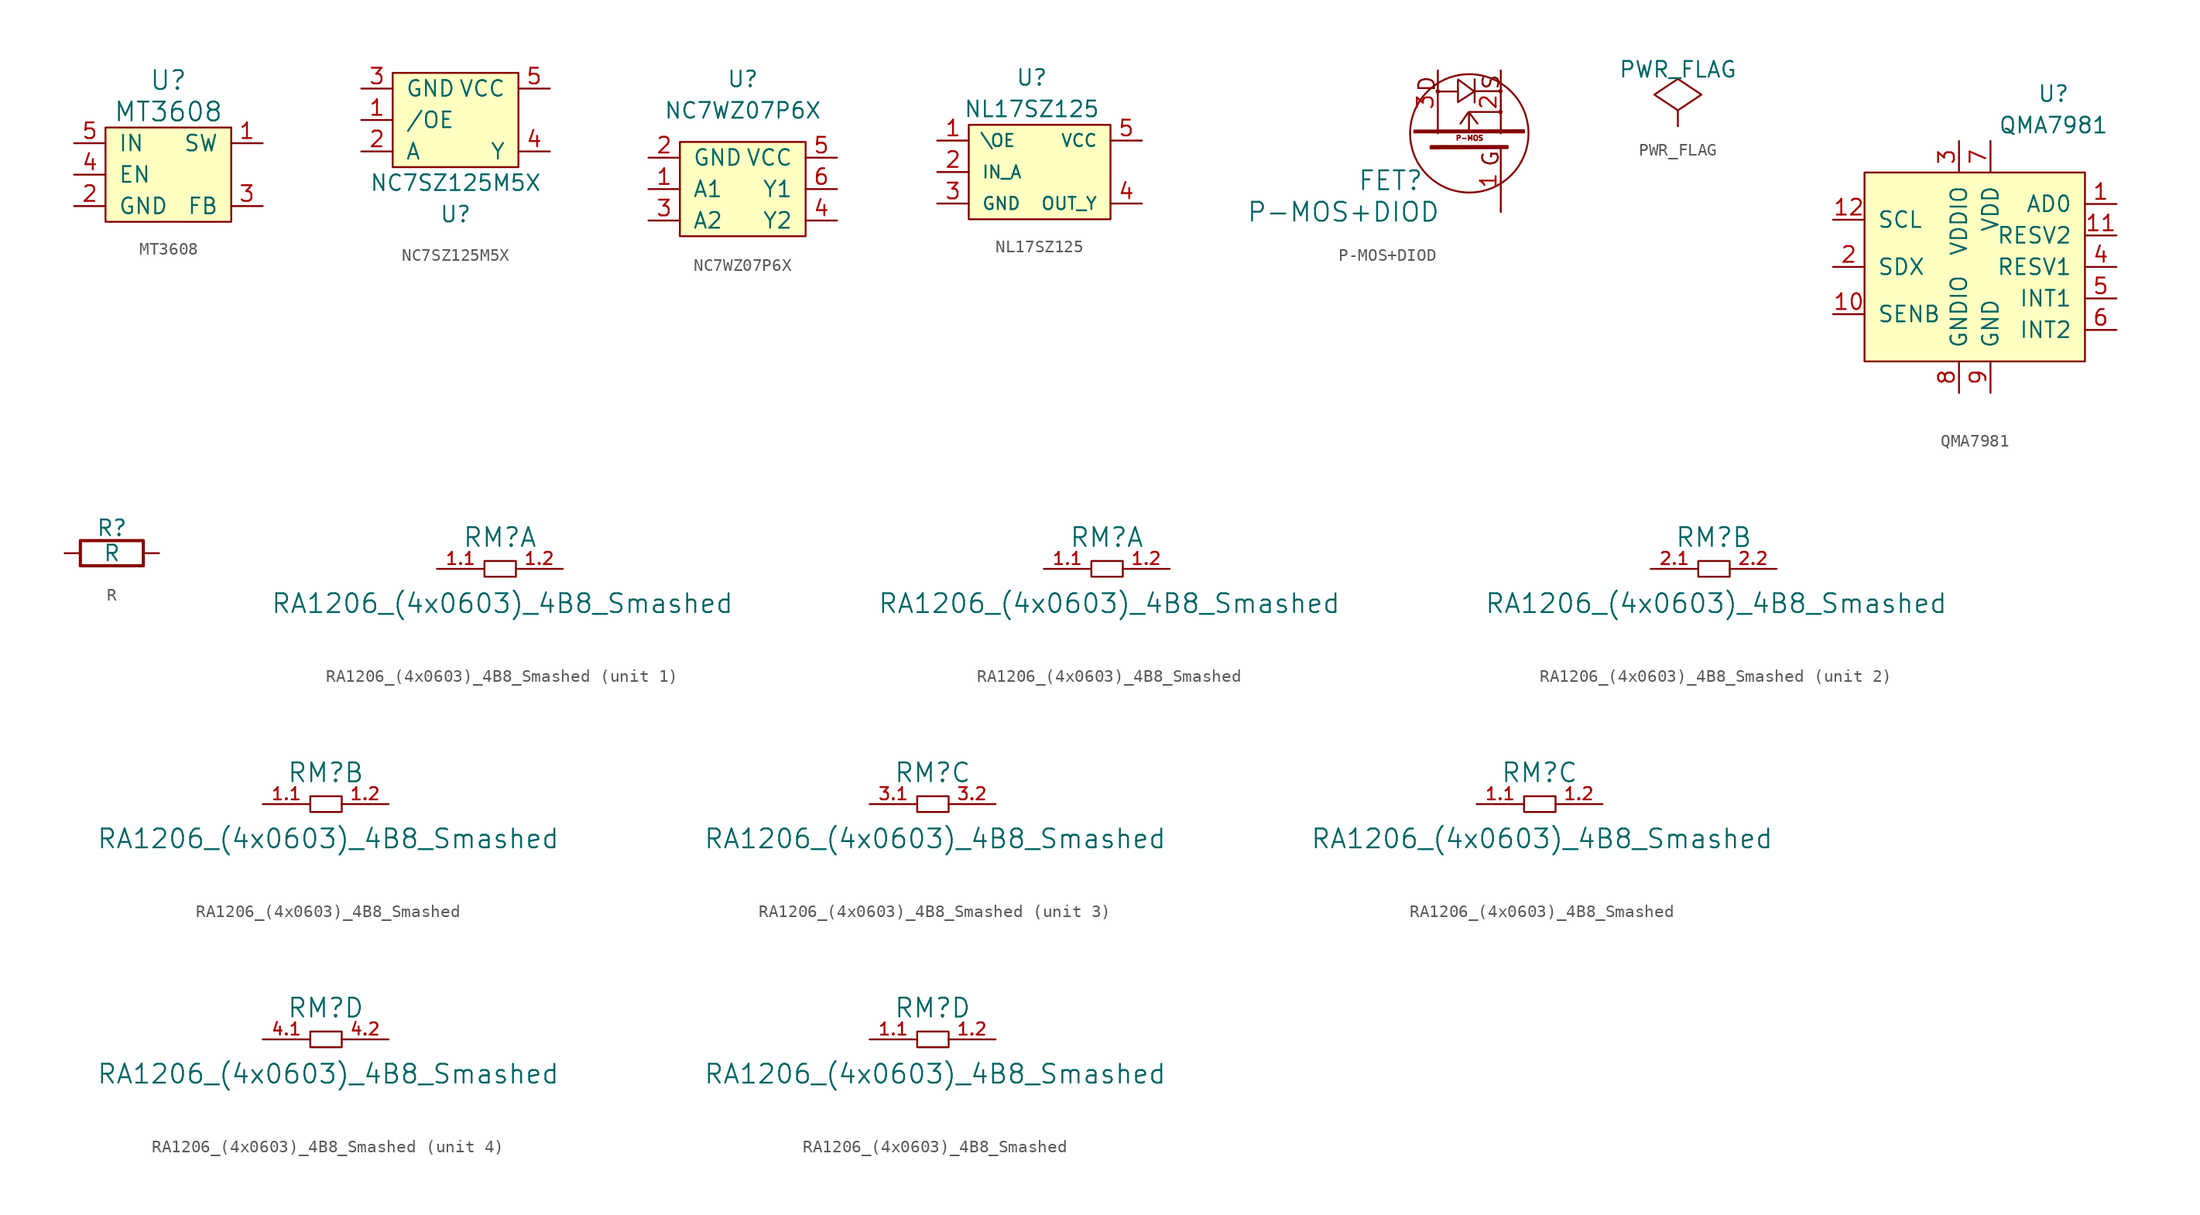
<source format=kicad_sym>
(kicad_symbol_lib
  (version 20211014)
  (generator kicad_symbol_editor)
  (symbol "MT3608"
    (pin_names
      (offset 1.016))
    (property "Reference" "U"
      (at 0 7.62 0)
      (effects (font (size 1.524 1.524))))
    (property "Value" "MT3608"
      (at 0 5.08 0)
      (effects (font (size 1.524 1.524))))
    (symbol "MT3608_0_1"
      (rectangle (start -5.08 3.81) (end 5.08 -3.81) (stroke (width 0) (type default) (color 0 0 0 0)) (fill (type background))))
    (symbol "MT3608_1_1"
      (pin input line (at 7.62 2.54 180) (length 2.54) (name "SW" (effects (font (size 1.27 1.27)))) (number "1" (effects (font (size 1.27 1.27)))))
      (pin input line (at -7.62 -2.54 0) (length 2.54) (name "GND" (effects (font (size 1.27 1.27)))) (number "2" (effects (font (size 1.27 1.27)))))
      (pin input line (at 7.62 -2.54 180) (length 2.54) (name "FB" (effects (font (size 1.27 1.27)))) (number "3" (effects (font (size 1.27 1.27)))))
      (pin input line (at -7.62 0 0) (length 2.54) (name "EN" (effects (font (size 1.27 1.27)))) (number "4" (effects (font (size 1.27 1.27)))))
      (pin input line (at -7.62 2.54 0) (length 2.54) (name "IN" (effects (font (size 1.27 1.27)))) (number "5" (effects (font (size 1.27 1.27)))))
      (pin input line (at 7.62 0 180) (length 2.54) hide (name "NC" (effects (font (size 1.27 1.27)))) (number "6" (effects (font (size 1.27 1.27)))))))
  (symbol "NC7SZ125M5X"
    (pin_names
      (offset 1.016))
    (property "Reference" "U"
      (at 0 -7.62 0)
      (effects (font (size 1.27 1.27))))
    (property "Value" "NC7SZ125M5X"
      (at 0 -5.08 0)
      (effects (font (size 1.27 1.27))))
    (symbol "NC7SZ125M5X_0_1"
      (rectangle (start -5.08 3.81) (end 5.08 -3.81) (stroke (width 0) (type default) (color 0 0 0 0)) (fill (type background))))
    (symbol "NC7SZ125M5X_1_1"
      (pin input line (at -7.62 0 0) (length 2.54) (name "/OE" (effects (font (size 1.27 1.27)))) (number "1" (effects (font (size 1.27 1.27)))))
      (pin input line (at -7.62 -2.54 0) (length 2.54) (name "A" (effects (font (size 1.27 1.27)))) (number "2" (effects (font (size 1.27 1.27)))))
      (pin input line (at -7.62 2.54 0) (length 2.54) (name "GND" (effects (font (size 1.27 1.27)))) (number "3" (effects (font (size 1.27 1.27)))))
      (pin input line (at 7.62 -2.54 180) (length 2.54) (name "Y" (effects (font (size 1.27 1.27)))) (number "4" (effects (font (size 1.27 1.27)))))
      (pin input line (at 7.62 2.54 180) (length 2.54) (name "VCC" (effects (font (size 1.27 1.27)))) (number "5" (effects (font (size 1.27 1.27)))))))
  (symbol "NC7WZ07P6X"
    (pin_names
      (offset 1.016))
    (property "Reference" "U"
      (at 0 8.89 0)
      (effects (font (size 1.27 1.27))))
    (property "Value" "NC7WZ07P6X"
      (at 0 6.35 0)
      (effects (font (size 1.27 1.27))))
    (symbol "NC7WZ07P6X_0_1"
      (rectangle (start -5.08 3.81) (end 5.08 -3.81) (stroke (width 0) (type default) (color 0 0 0 0)) (fill (type background))))
    (symbol "NC7WZ07P6X_1_1"
      (pin input line (at -7.62 0 0) (length 2.54) (name "A1" (effects (font (size 1.27 1.27)))) (number "1" (effects (font (size 1.27 1.27)))))
      (pin input line (at -7.62 2.54 0) (length 2.54) (name "GND" (effects (font (size 1.27 1.27)))) (number "2" (effects (font (size 1.27 1.27)))))
      (pin input line (at -7.62 -2.54 0) (length 2.54) (name "A2" (effects (font (size 1.27 1.27)))) (number "3" (effects (font (size 1.27 1.27)))))
      (pin input line (at 7.62 -2.54 180) (length 2.54) (name "Y2" (effects (font (size 1.27 1.27)))) (number "4" (effects (font (size 1.27 1.27)))))
      (pin input line (at 7.62 2.54 180) (length 2.54) (name "VCC" (effects (font (size 1.27 1.27)))) (number "5" (effects (font (size 1.27 1.27)))))
      (pin input line (at 7.62 0 180) (length 2.54) (name "Y1" (effects (font (size 1.27 1.27)))) (number "6" (effects (font (size 1.27 1.27)))))))
  (symbol "NL17SZ125"
    (pin_names
      (offset 1.016))
    (property "Reference" "U"
      (at 0 7.62 0)
      (effects (font (size 1.27 1.27))))
    (property "Value" "NL17SZ125"
      (at 0 5.08 0)
      (effects (font (size 1.27 1.27))))
    (symbol "NL17SZ125_0_1"
      (rectangle (start -5.08 3.81) (end 6.35 -3.81) (stroke (width 0) (type default) (color 0 0 0 0)) (fill (type background))))
    (symbol "NL17SZ125_1_1"
      (pin input line (at -7.62 2.54 0) (length 2.54) (name "\\OE" (effects (font (size 0.991 0.991)))) (number "1" (effects (font (size 1.27 1.27)))))
      (pin input line (at -7.62 0 0) (length 2.54) (name "IN_A" (effects (font (size 0.991 0.991)))) (number "2" (effects (font (size 1.27 1.27)))))
      (pin input line (at -7.62 -2.54 0) (length 2.54) (name "GND" (effects (font (size 0.991 0.991)))) (number "3" (effects (font (size 1.27 1.27)))))
      (pin input line (at 8.89 -2.54 180) (length 2.54) (name "OUT_Y" (effects (font (size 0.991 0.991)))) (number "4" (effects (font (size 1.27 1.27)))))
      (pin input line (at 8.89 2.54 180) (length 2.54) (name "VCC" (effects (font (size 0.991 0.991)))) (number "5" (effects (font (size 1.27 1.27)))))))
  (symbol "P-MOS+DIOD"
    (pin_names
      (offset 1.016))
    (property "Reference" "FET"
      (at -6.35 -3.81 0)
      (effects (font (size 1.524 1.524))))
    (property "Value" "P-MOS+DIOD"
      (at -10.16 -6.35 0)
      (effects (font (size 1.524 1.524))))
    (property "Footprint" ""
      (at 0 0 0)
      (effects (font (size 1.524 1.524))))
    (property "Datasheet" ""
      (at 0 0 0)
      (effects (font (size 1.524 1.524))))
    (symbol "P-MOS+DIOD_0_0"
      (circle (center -2.54 3.378) (radius 0.102) (stroke (width 0) (type default) (color 0 0 0 0)) (fill (type none)))
      (polyline (pts (xy -0.025 1.702) (xy 0.66 0.787)) (stroke (width 0) (type default) (color 0 0 0 0)) (fill (type none)))
      (polyline (pts (xy 0.432 4.369) (xy 0.432 2.489)) (stroke (width 0) (type default) (color 0 0 0 0)) (fill (type none)))
      (polyline (pts (xy 0.457 3.404) (xy 2.489 3.404)) (stroke (width 0) (type default) (color 0 0 0 0)) (fill (type none)))
      (polyline (pts (xy -0.076 1.702) (xy -0.711 0.787) (xy -0.686 0.838)) (stroke (width 0) (type default) (color 0 0 0 0)) (fill (type none)))
      (polyline (pts (xy -0.025 0.254) (xy -0.025 1.727) (xy 2.515 1.727)) (stroke (width 0) (type default) (color 0 0 0 0)) (fill (type none)))
      (polyline (pts (xy -2.515 3.378) (xy -0.914 3.378) (xy -0.914 4.293) (xy -0.914 2.515) (xy 0.406 3.378) (xy -0.889 4.343)) (stroke (width 0) (type default) (color 0 0 0 0)) (fill (type none)))
      (polyline (pts (xy -4.445 0.229) (xy 4.42 0.254) (xy 4.42 0.076) (xy -4.42 0.076) (xy -4.445 0.076) (xy -4.445 0.152) (xy 4.293 0.152)) (stroke (width 0) (type default) (color 0 0 0 0)) (fill (type none)))
      (polyline (pts (xy -3.099 -1.016) (xy 3.099 -1.016) (xy 3.099 -1.194) (xy -3.073 -1.219) (xy -3.124 -1.219) (xy -3.124 -1.041) (xy -3.048 -1.143) (xy 2.997 -1.118)) (stroke (width 0) (type default) (color 0 0 0 0)) (fill (type none)))
      (circle (center 0 0) (radius 4.775) (stroke (width 0) (type default) (color 0 0 0 0)) (fill (type none)))
      (circle (center 2.515 1.727) (radius 0.102) (stroke (width 0) (type default) (color 0 0 0 0)) (fill (type none)))
      (circle (center 2.515 3.404) (radius 0.102) (stroke (width 0) (type default) (color 0 0 0 0)) (fill (type none)))
      (text "D" (at -3.429 3.988 900) (effects (font (size 1.27 1.27))))
      (text "G" (at 1.727 -2.032 900) (effects (font (size 1.27 1.27))))
      (text "P-MOS" (at 0.025 -0.381 0) (effects (font (size 0.406 0.406))))
      (text "S" (at 1.753 4.14 900) (effects (font (size 1.27 1.27)))))
    (symbol "P-MOS+DIOD_1_1"
      (pin input line (at 2.54 -6.35 90) (length 5.08) (name "~" (effects (font (size 1.27 1.27)))) (number "1" (effects (font (size 1.27 1.27)))))
      (pin passive line (at 2.54 5.08 270) (length 5.08) (name "~" (effects (font (size 1.27 1.27)))) (number "2" (effects (font (size 1.27 1.27)))))
      (pin passive line (at -2.54 5.08 270) (length 5.08) (name "~" (effects (font (size 1.27 1.27)))) (number "3" (effects (font (size 1.27 1.27)))))))
  (symbol "PWR_FLAG"
    (power)
    (pin_numbers hide)
    (pin_names
      (offset 0) hide)
    (property "Reference" "#FLG"
      (at 0 2.413 0)
      (effects (font (size 1.27 1.27)) hide))
    (property "Value" "PWR_FLAG"
      (at 0 4.572 0)
      (effects (font (size 1.27 1.27))))
    (property "Footprint" ""
      (at 0 0 0)
      (effects (font (size 1.524 1.524))))
    (property "Datasheet" ""
      (at 0 0 0)
      (effects (font (size 1.524 1.524))))
    (symbol "PWR_FLAG_0_0"
      (pin power_out line (at 0 0 90) (length 0) (name "pwr" (effects (font (size 0.508 0.508)))) (number "1" (effects (font (size 0.508 0.508))))))
    (symbol "PWR_FLAG_0_1"
      (polyline (pts (xy 0 0) (xy 0 1.27) (xy -1.905 2.54) (xy 0 3.81) (xy 1.905 2.54) (xy 0 1.27)) (stroke (width 0) (type default) (color 0 0 0 0)) (fill (type none)))))
  (symbol "QMA7981"
    (pin_names
      (offset 1.016))
    (property "Reference" "U"
      (at 6.35 13.97 0)
      (effects (font (size 1.27 1.27))))
    (property "Value" "QMA7981"
      (at 6.35 11.43 0)
      (effects (font (size 1.27 1.27))))
    (symbol "QMA7981_0_1"
      (rectangle (start -8.89 7.62) (end 8.89 -7.62) (stroke (width 0) (type default) (color 0 0 0 0)) (fill (type background))))
    (symbol "QMA7981_1_1"
      (pin input line (at 11.43 5.08 180) (length 2.54) (name "AD0" (effects (font (size 1.27 1.27)))) (number "1" (effects (font (size 1.27 1.27)))))
      (pin input line (at -11.43 -3.81 0) (length 2.54) (name "SENB" (effects (font (size 1.27 1.27)))) (number "10" (effects (font (size 1.27 1.27)))))
      (pin input line (at 11.43 2.54 180) (length 2.54) (name "RESV2" (effects (font (size 1.27 1.27)))) (number "11" (effects (font (size 1.27 1.27)))))
      (pin input line (at -11.43 3.81 0) (length 2.54) (name "SCL" (effects (font (size 1.27 1.27)))) (number "12" (effects (font (size 1.27 1.27)))))
      (pin input line (at -11.43 0 0) (length 2.54) (name "SDX" (effects (font (size 1.27 1.27)))) (number "2" (effects (font (size 1.27 1.27)))))
      (pin input line (at -1.27 10.16 270) (length 2.54) (name "VDDIO" (effects (font (size 1.27 1.27)))) (number "3" (effects (font (size 1.27 1.27)))))
      (pin input line (at 11.43 0 180) (length 2.54) (name "RESV1" (effects (font (size 1.27 1.27)))) (number "4" (effects (font (size 1.27 1.27)))))
      (pin input line (at 11.43 -2.54 180) (length 2.54) (name "INT1" (effects (font (size 1.27 1.27)))) (number "5" (effects (font (size 1.27 1.27)))))
      (pin input line (at 11.43 -5.08 180) (length 2.54) (name "INT2" (effects (font (size 1.27 1.27)))) (number "6" (effects (font (size 1.27 1.27)))))
      (pin input line (at 1.27 10.16 270) (length 2.54) (name "VDD" (effects (font (size 1.27 1.27)))) (number "7" (effects (font (size 1.27 1.27)))))
      (pin input line (at -1.27 -10.16 90) (length 2.54) (name "GNDIO" (effects (font (size 1.27 1.27)))) (number "8" (effects (font (size 1.27 1.27)))))
      (pin input line (at 1.27 -10.16 90) (length 2.54) (name "GND" (effects (font (size 1.27 1.27)))) (number "9" (effects (font (size 1.27 1.27)))))))
  (symbol "R"
    (pin_numbers hide)
    (pin_names
      (offset 0))
    (property "Reference" "R"
      (at 0 2.032 0)
      (effects (font (size 1.27 1.27))))
    (property "Value" "R"
      (at 0 0 0)
      (effects (font (size 1.27 1.27))))
    (property "Footprint" ""
      (at 0 -1.778 0)
      (effects (font (size 0.762 0.762))))
    (property "Datasheet" ""
      (at 0 0 90)
      (effects (font (size 0.762 0.762))))
    (symbol "R_0_1"
      (rectangle (start 2.54 -1.016) (end -2.54 1.016) (stroke (width 0.254) (type default) (color 0 0 0 0)) (fill (type none))))
    (symbol "R_1_1"
      (pin passive line (at -3.81 0 0) (length 1.27) (name "~" (effects (font (size 1.524 1.524)))) (number "1" (effects (font (size 1.524 1.524)))))
      (pin passive line (at 3.81 0 180) (length 1.27) (name "~" (effects (font (size 1.524 1.524)))) (number "2" (effects (font (size 1.524 1.524)))))))
  (symbol "RA1206_(4x0603)_4B8_Smashed"
    (pin_names
      (offset 1.016))
    (property "Reference" "RM"
      (at 0 6.35 0)
      (effects (font (size 1.524 1.524))))
    (property "Value" "RA1206_(4x0603)_4B8_Smashed"
      (at 0.203 1.016 0)
      (effects (font (size 1.524 1.524))))
    (property "Footprint" ""
      (at 1.27 -2.54 0)
      (effects (font (size 1.524 1.524))))
    (property "Datasheet" ""
      (at 1.27 -2.54 0)
      (effects (font (size 1.524 1.524))))
    (symbol "RA1206_(4x0603)_4B8_Smashed_0_0"
      (rectangle (start -1.245 4.445) (end 1.295 3.175) (stroke (width 0) (type default) (color 0 0 0 0)) (fill (type none))))
    (symbol "RA1206_(4x0603)_4B8_Smashed_1_1"
      (pin passive line (at -5.08 3.81 0) (length 3.81) (name "~" (effects (font (size 0.991 0.991)))) (number "1.1" (effects (font (size 0.991 0.991)))))
      (pin passive line (at 5.08 3.81 180) (length 3.81) (name "~" (effects (font (size 0.991 0.991)))) (number "1.2" (effects (font (size 0.991 0.991))))))
    (symbol "RA1206_(4x0603)_4B8_Smashed_1_2"
      (pin passive line (at -5.08 3.81 0) (length 3.81) (name "~" (effects (font (size 0.991 0.991)))) (number "1.1" (effects (font (size 0.991 0.991)))))
      (pin passive line (at 5.08 3.81 180) (length 3.81) (name "~" (effects (font (size 0.991 0.991)))) (number "1.2" (effects (font (size 0.991 0.991))))))
    (symbol "RA1206_(4x0603)_4B8_Smashed_2_1"
      (pin passive line (at -5.08 3.81 0) (length 3.81) (name "~" (effects (font (size 0.991 0.991)))) (number "2.1" (effects (font (size 0.991 0.991)))))
      (pin passive line (at 5.08 3.81 180) (length 3.81) (name "~" (effects (font (size 0.991 0.991)))) (number "2.2" (effects (font (size 0.991 0.991))))))
    (symbol "RA1206_(4x0603)_4B8_Smashed_2_2"
      (pin passive line (at -5.08 3.81 0) (length 3.81) (name "~" (effects (font (size 0.991 0.991)))) (number "1.1" (effects (font (size 0.991 0.991)))))
      (pin passive line (at 5.08 3.81 180) (length 3.81) (name "~" (effects (font (size 0.991 0.991)))) (number "1.2" (effects (font (size 0.991 0.991))))))
    (symbol "RA1206_(4x0603)_4B8_Smashed_3_1"
      (pin passive line (at -5.08 3.81 0) (length 3.81) (name "~" (effects (font (size 0.991 0.991)))) (number "3.1" (effects (font (size 0.991 0.991)))))
      (pin passive line (at 5.08 3.81 180) (length 3.81) (name "~" (effects (font (size 0.991 0.991)))) (number "3.2" (effects (font (size 0.991 0.991))))))
    (symbol "RA1206_(4x0603)_4B8_Smashed_3_2"
      (pin passive line (at -5.08 3.81 0) (length 3.81) (name "~" (effects (font (size 0.991 0.991)))) (number "1.1" (effects (font (size 0.991 0.991)))))
      (pin passive line (at 5.08 3.81 180) (length 3.81) (name "~" (effects (font (size 0.991 0.991)))) (number "1.2" (effects (font (size 0.991 0.991))))))
    (symbol "RA1206_(4x0603)_4B8_Smashed_4_1"
      (pin passive line (at -5.08 3.81 0) (length 3.81) (name "~" (effects (font (size 0.991 0.991)))) (number "4.1" (effects (font (size 0.991 0.991)))))
      (pin passive line (at 5.08 3.81 180) (length 3.81) (name "~" (effects (font (size 0.991 0.991)))) (number "4.2" (effects (font (size 0.991 0.991))))))
    (symbol "RA1206_(4x0603)_4B8_Smashed_4_2"
      (pin passive line (at -5.08 3.81 0) (length 3.81) (name "~" (effects (font (size 0.991 0.991)))) (number "1.1" (effects (font (size 0.991 0.991)))))
      (pin passive line (at 5.08 3.81 180) (length 3.81) (name "~" (effects (font (size 0.991 0.991)))) (number "1.2" (effects (font (size 0.991 0.991))))))))
</source>
